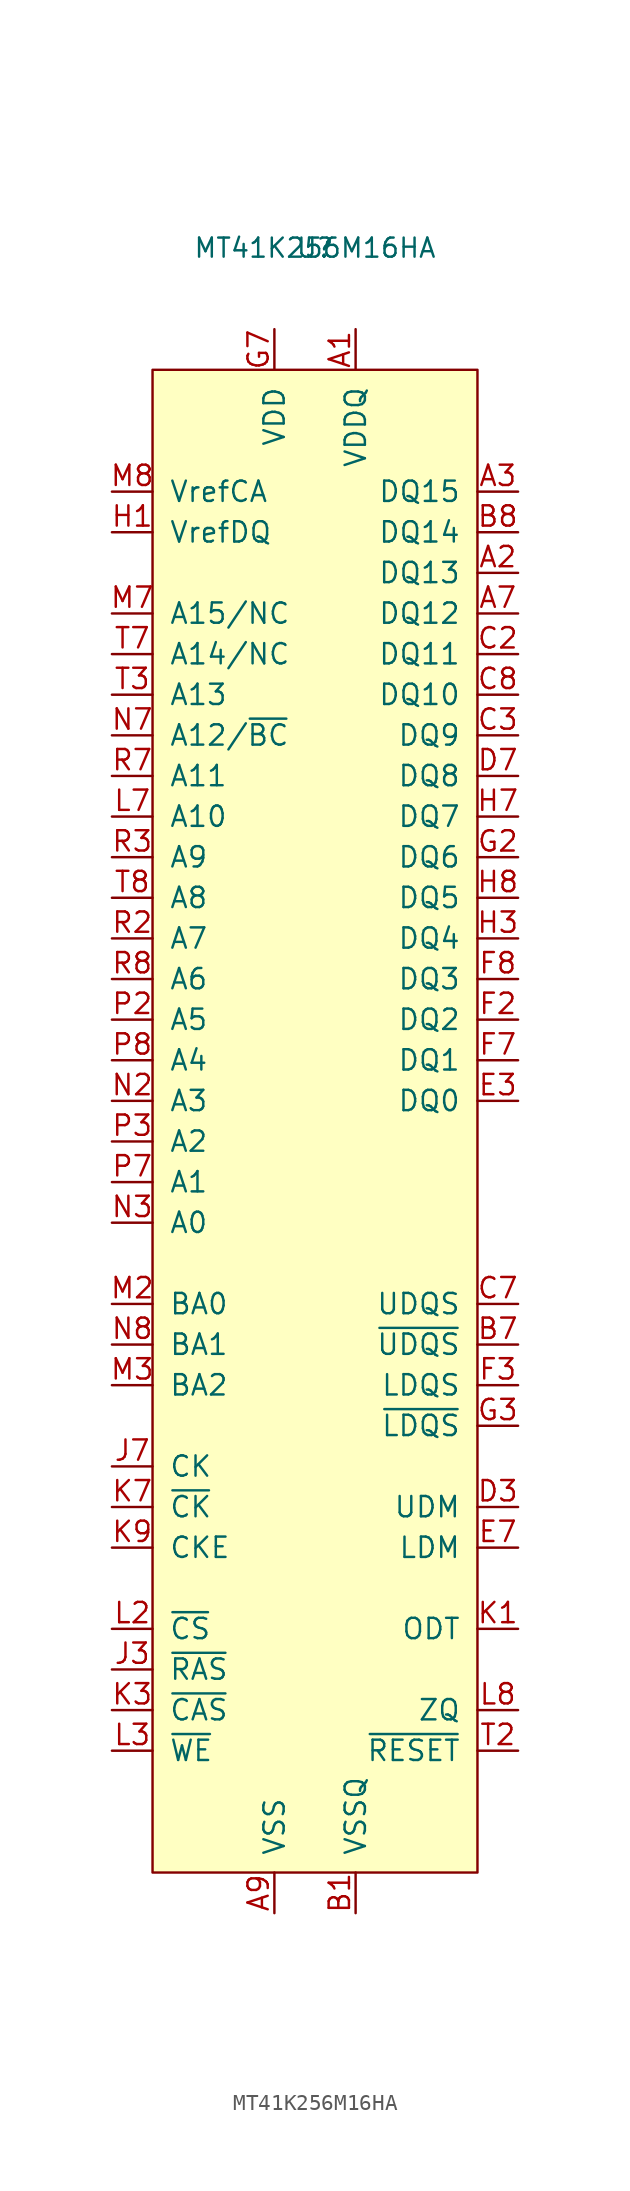
<source format=kicad_sym>
(kicad_symbol_lib
  (version 20201005)
  (generator kicad_symbol_editor)
  (symbol "symbols:MT41K256M16HA"
    (pin_names
      (offset 1.016))
    (property "Reference" "U"
      (at 0 5.08 0)
      (effects (font (size 1.194 1.194))))
    (property "Value" "MT41K256M16HA"
      (at 0 5.08 0)
      (effects (font (size 1.194 1.194))))
    (symbol "MT41K256M16HA_0_1"
      (rectangle (start -10.16 -2.54) (end 10.16 -96.52) (stroke (width 0)) (fill (type background))))
    (symbol "MT41K256M16HA_1_1"
      (pin power_in line (at 2.54 0 270) (length 2.54) (name "VDDQ" (effects (font (size 1.27 1.27)))) (number "A1" (effects (font (size 1.27 1.27)))))
      (pin bidirectional line (at 12.7 -15.24 180) (length 2.54) (name "DQ13" (effects (font (size 1.27 1.27)))) (number "A2" (effects (font (size 1.27 1.27)))))
      (pin bidirectional line (at 12.7 -10.16 180) (length 2.54) (name "DQ15" (effects (font (size 1.27 1.27)))) (number "A3" (effects (font (size 1.27 1.27)))))
      (pin bidirectional line (at 12.7 -17.78 180) (length 2.54) (name "DQ12" (effects (font (size 1.27 1.27)))) (number "A7" (effects (font (size 1.27 1.27)))))
      (pin power_in line (at 2.54 0 270) (length 2.54) hide (name "VDDQ" (effects (font (size 1.27 1.27)))) (number "A8" (effects (font (size 1.27 1.27)))))
      (pin power_in line (at -2.54 -99.06 90) (length 2.54) (name "VSS" (effects (font (size 1.27 1.27)))) (number "A9" (effects (font (size 1.27 1.27)))))
      (pin power_in line (at 2.54 -99.06 90) (length 2.54) (name "VSSQ" (effects (font (size 1.27 1.27)))) (number "B1" (effects (font (size 1.27 1.27)))))
      (pin power_in line (at -2.54 0 270) (length 2.54) hide (name "VDD" (effects (font (size 1.27 1.27)))) (number "B2" (effects (font (size 1.27 1.27)))))
      (pin power_in line (at -2.54 -99.06 90) (length 2.54) hide (name "VSS" (effects (font (size 1.27 1.27)))) (number "B3" (effects (font (size 1.27 1.27)))))
      (pin input line (at 12.7 -63.5 180) (length 2.54) (name "~UDQS" (effects (font (size 1.27 1.27)))) (number "B7" (effects (font (size 1.27 1.27)))))
      (pin bidirectional line (at 12.7 -12.7 180) (length 2.54) (name "DQ14" (effects (font (size 1.27 1.27)))) (number "B8" (effects (font (size 1.27 1.27)))))
      (pin power_in line (at 2.54 -99.06 90) (length 2.54) hide (name "VSSQ" (effects (font (size 1.27 1.27)))) (number "B9" (effects (font (size 1.27 1.27)))))
      (pin power_in line (at 2.54 0 270) (length 2.54) hide (name "VDDQ" (effects (font (size 1.27 1.27)))) (number "C1" (effects (font (size 1.27 1.27)))))
      (pin bidirectional line (at 12.7 -20.32 180) (length 2.54) (name "DQ11" (effects (font (size 1.27 1.27)))) (number "C2" (effects (font (size 1.27 1.27)))))
      (pin bidirectional line (at 12.7 -25.4 180) (length 2.54) (name "DQ9" (effects (font (size 1.27 1.27)))) (number "C3" (effects (font (size 1.27 1.27)))))
      (pin bidirectional line (at 12.7 -60.96 180) (length 2.54) (name "UDQS" (effects (font (size 1.27 1.27)))) (number "C7" (effects (font (size 1.27 1.27)))))
      (pin bidirectional line (at 12.7 -22.86 180) (length 2.54) (name "DQ10" (effects (font (size 1.27 1.27)))) (number "C8" (effects (font (size 1.27 1.27)))))
      (pin power_in line (at 2.54 0 270) (length 2.54) hide (name "VDDQ" (effects (font (size 1.27 1.27)))) (number "C9" (effects (font (size 1.27 1.27)))))
      (pin power_in line (at 2.54 -99.06 90) (length 2.54) hide (name "VSSQ" (effects (font (size 1.27 1.27)))) (number "D1" (effects (font (size 1.27 1.27)))))
      (pin power_in line (at 2.54 0 270) (length 2.54) hide (name "VDDQ" (effects (font (size 1.27 1.27)))) (number "D2" (effects (font (size 1.27 1.27)))))
      (pin input line (at 12.7 -73.66 180) (length 2.54) (name "UDM" (effects (font (size 1.27 1.27)))) (number "D3" (effects (font (size 1.27 1.27)))))
      (pin bidirectional line (at 12.7 -27.94 180) (length 2.54) (name "DQ8" (effects (font (size 1.27 1.27)))) (number "D7" (effects (font (size 1.27 1.27)))))
      (pin power_in line (at 2.54 -99.06 90) (length 2.54) hide (name "VSSQ" (effects (font (size 1.27 1.27)))) (number "D8" (effects (font (size 1.27 1.27)))))
      (pin power_in line (at -2.54 0 270) (length 2.54) hide (name "VDD" (effects (font (size 1.27 1.27)))) (number "D9" (effects (font (size 1.27 1.27)))))
      (pin power_in line (at -2.54 -99.06 90) (length 2.54) hide (name "VSS" (effects (font (size 1.27 1.27)))) (number "E1" (effects (font (size 1.27 1.27)))))
      (pin power_in line (at 2.54 -99.06 90) (length 2.54) hide (name "VSSQ" (effects (font (size 1.27 1.27)))) (number "E2" (effects (font (size 1.27 1.27)))))
      (pin bidirectional line (at 12.7 -48.26 180) (length 2.54) (name "DQ0" (effects (font (size 1.27 1.27)))) (number "E3" (effects (font (size 1.27 1.27)))))
      (pin input line (at 12.7 -76.2 180) (length 2.54) (name "LDM" (effects (font (size 1.27 1.27)))) (number "E7" (effects (font (size 1.27 1.27)))))
      (pin power_in line (at 2.54 -99.06 90) (length 2.54) hide (name "VSSQ" (effects (font (size 1.27 1.27)))) (number "E8" (effects (font (size 1.27 1.27)))))
      (pin power_in line (at 2.54 0 270) (length 2.54) hide (name "VDDQ" (effects (font (size 1.27 1.27)))) (number "E9" (effects (font (size 1.27 1.27)))))
      (pin power_in line (at 2.54 0 270) (length 2.54) hide (name "VDDQ" (effects (font (size 1.27 1.27)))) (number "F1" (effects (font (size 1.27 1.27)))))
      (pin bidirectional line (at 12.7 -43.18 180) (length 2.54) (name "DQ2" (effects (font (size 1.27 1.27)))) (number "F2" (effects (font (size 1.27 1.27)))))
      (pin input line (at 12.7 -66.04 180) (length 2.54) (name "LDQS" (effects (font (size 1.27 1.27)))) (number "F3" (effects (font (size 1.27 1.27)))))
      (pin bidirectional line (at 12.7 -45.72 180) (length 2.54) (name "DQ1" (effects (font (size 1.27 1.27)))) (number "F7" (effects (font (size 1.27 1.27)))))
      (pin bidirectional line (at 12.7 -40.64 180) (length 2.54) (name "DQ3" (effects (font (size 1.27 1.27)))) (number "F8" (effects (font (size 1.27 1.27)))))
      (pin power_in line (at 2.54 -99.06 90) (length 2.54) hide (name "VSSQ" (effects (font (size 1.27 1.27)))) (number "F9" (effects (font (size 1.27 1.27)))))
      (pin power_in line (at 2.54 -99.06 90) (length 2.54) hide (name "VSSQ" (effects (font (size 1.27 1.27)))) (number "G1" (effects (font (size 1.27 1.27)))))
      (pin bidirectional line (at 12.7 -33.02 180) (length 2.54) (name "DQ6" (effects (font (size 1.27 1.27)))) (number "G2" (effects (font (size 1.27 1.27)))))
      (pin input line (at 12.7 -68.58 180) (length 2.54) (name "~LDQS" (effects (font (size 1.27 1.27)))) (number "G3" (effects (font (size 1.27 1.27)))))
      (pin power_in line (at -2.54 0 270) (length 2.54) (name "VDD" (effects (font (size 1.27 1.27)))) (number "G7" (effects (font (size 1.27 1.27)))))
      (pin power_in line (at -2.54 -99.06 90) (length 2.54) hide (name "VSS" (effects (font (size 1.27 1.27)))) (number "G8" (effects (font (size 1.27 1.27)))))
      (pin power_in line (at 2.54 -99.06 90) (length 2.54) hide (name "VSSQ" (effects (font (size 1.27 1.27)))) (number "G9" (effects (font (size 1.27 1.27)))))
      (pin power_in line (at -12.7 -12.7 0) (length 2.54) (name "VrefDQ" (effects (font (size 1.27 1.27)))) (number "H1" (effects (font (size 1.27 1.27)))))
      (pin power_in line (at 2.54 0 270) (length 2.54) hide (name "VDDQ" (effects (font (size 1.27 1.27)))) (number "H2" (effects (font (size 1.27 1.27)))))
      (pin bidirectional line (at 12.7 -38.1 180) (length 2.54) (name "DQ4" (effects (font (size 1.27 1.27)))) (number "H3" (effects (font (size 1.27 1.27)))))
      (pin bidirectional line (at 12.7 -30.48 180) (length 2.54) (name "DQ7" (effects (font (size 1.27 1.27)))) (number "H7" (effects (font (size 1.27 1.27)))))
      (pin bidirectional line (at 12.7 -35.56 180) (length 2.54) (name "DQ5" (effects (font (size 1.27 1.27)))) (number "H8" (effects (font (size 1.27 1.27)))))
      (pin power_in line (at 2.54 0 270) (length 2.54) hide (name "VDDQ" (effects (font (size 1.27 1.27)))) (number "H9" (effects (font (size 1.27 1.27)))))
      (pin power_in line (at -2.54 -99.06 90) (length 2.54) hide (name "VSS" (effects (font (size 1.27 1.27)))) (number "J2" (effects (font (size 1.27 1.27)))))
      (pin input line (at -12.7 -83.82 0) (length 2.54) (name "~RAS" (effects (font (size 1.27 1.27)))) (number "J3" (effects (font (size 1.27 1.27)))))
      (pin input line (at -12.7 -71.12 0) (length 2.54) (name "CK" (effects (font (size 1.27 1.27)))) (number "J7" (effects (font (size 1.27 1.27)))))
      (pin power_in line (at -2.54 -99.06 90) (length 2.54) hide (name "VSS" (effects (font (size 1.27 1.27)))) (number "J8" (effects (font (size 1.27 1.27)))))
      (pin input line (at 12.7 -81.28 180) (length 2.54) (name "ODT" (effects (font (size 1.27 1.27)))) (number "K1" (effects (font (size 1.27 1.27)))))
      (pin power_in line (at -2.54 0 270) (length 2.54) hide (name "VDD" (effects (font (size 1.27 1.27)))) (number "K2" (effects (font (size 1.27 1.27)))))
      (pin input line (at -12.7 -86.36 0) (length 2.54) (name "~CAS" (effects (font (size 1.27 1.27)))) (number "K3" (effects (font (size 1.27 1.27)))))
      (pin input line (at -12.7 -73.66 0) (length 2.54) (name "~CK" (effects (font (size 1.27 1.27)))) (number "K7" (effects (font (size 1.27 1.27)))))
      (pin power_in line (at -2.54 0 270) (length 2.54) hide (name "VDD" (effects (font (size 1.27 1.27)))) (number "K8" (effects (font (size 1.27 1.27)))))
      (pin input line (at -12.7 -76.2 0) (length 2.54) (name "CKE" (effects (font (size 1.27 1.27)))) (number "K9" (effects (font (size 1.27 1.27)))))
      (pin input line (at -12.7 -81.28 0) (length 2.54) (name "~CS" (effects (font (size 1.27 1.27)))) (number "L2" (effects (font (size 1.27 1.27)))))
      (pin input line (at -12.7 -88.9 0) (length 2.54) (name "~WE" (effects (font (size 1.27 1.27)))) (number "L3" (effects (font (size 1.27 1.27)))))
      (pin input line (at -12.7 -30.48 0) (length 2.54) (name "A10" (effects (font (size 1.27 1.27)))) (number "L7" (effects (font (size 1.27 1.27)))))
      (pin input line (at 12.7 -86.36 180) (length 2.54) (name "ZQ" (effects (font (size 1.27 1.27)))) (number "L8" (effects (font (size 1.27 1.27)))))
      (pin power_in line (at -2.54 -99.06 90) (length 2.54) hide (name "VSS" (effects (font (size 1.27 1.27)))) (number "M1" (effects (font (size 1.27 1.27)))))
      (pin input line (at -12.7 -60.96 0) (length 2.54) (name "BA0" (effects (font (size 1.27 1.27)))) (number "M2" (effects (font (size 1.27 1.27)))))
      (pin input line (at -12.7 -66.04 0) (length 2.54) (name "BA2" (effects (font (size 1.27 1.27)))) (number "M3" (effects (font (size 1.27 1.27)))))
      (pin input line (at -12.7 -17.78 0) (length 2.54) (name "A15/NC" (effects (font (size 1.27 1.27)))) (number "M7" (effects (font (size 1.27 1.27)))))
      (pin power_in line (at -12.7 -10.16 0) (length 2.54) (name "VrefCA" (effects (font (size 1.27 1.27)))) (number "M8" (effects (font (size 1.27 1.27)))))
      (pin power_in line (at -2.54 -99.06 90) (length 2.54) hide (name "VSS" (effects (font (size 1.27 1.27)))) (number "M9" (effects (font (size 1.27 1.27)))))
      (pin power_in line (at -2.54 0 270) (length 2.54) hide (name "VDD" (effects (font (size 1.27 1.27)))) (number "N1" (effects (font (size 1.27 1.27)))))
      (pin input line (at -12.7 -48.26 0) (length 2.54) (name "A3" (effects (font (size 1.27 1.27)))) (number "N2" (effects (font (size 1.27 1.27)))))
      (pin input line (at -12.7 -55.88 0) (length 2.54) (name "A0" (effects (font (size 1.27 1.27)))) (number "N3" (effects (font (size 1.27 1.27)))))
      (pin input line (at -12.7 -25.4 0) (length 2.54) (name "A12/~BC" (effects (font (size 1.27 1.27)))) (number "N7" (effects (font (size 1.27 1.27)))))
      (pin input line (at -12.7 -63.5 0) (length 2.54) (name "BA1" (effects (font (size 1.27 1.27)))) (number "N8" (effects (font (size 1.27 1.27)))))
      (pin power_in line (at -2.54 0 270) (length 2.54) hide (name "VDD" (effects (font (size 1.27 1.27)))) (number "N9" (effects (font (size 1.27 1.27)))))
      (pin power_in line (at -2.54 -99.06 90) (length 2.54) hide (name "VSS" (effects (font (size 1.27 1.27)))) (number "P1" (effects (font (size 1.27 1.27)))))
      (pin input line (at -12.7 -43.18 0) (length 2.54) (name "A5" (effects (font (size 1.27 1.27)))) (number "P2" (effects (font (size 1.27 1.27)))))
      (pin input line (at -12.7 -50.8 0) (length 2.54) (name "A2" (effects (font (size 1.27 1.27)))) (number "P3" (effects (font (size 1.27 1.27)))))
      (pin input line (at -12.7 -53.34 0) (length 2.54) (name "A1" (effects (font (size 1.27 1.27)))) (number "P7" (effects (font (size 1.27 1.27)))))
      (pin input line (at -12.7 -45.72 0) (length 2.54) (name "A4" (effects (font (size 1.27 1.27)))) (number "P8" (effects (font (size 1.27 1.27)))))
      (pin power_in line (at -2.54 -99.06 90) (length 2.54) hide (name "VSS" (effects (font (size 1.27 1.27)))) (number "P9" (effects (font (size 1.27 1.27)))))
      (pin power_in line (at -2.54 0 270) (length 2.54) hide (name "VDD" (effects (font (size 1.27 1.27)))) (number "R1" (effects (font (size 1.27 1.27)))))
      (pin input line (at -12.7 -38.1 0) (length 2.54) (name "A7" (effects (font (size 1.27 1.27)))) (number "R2" (effects (font (size 1.27 1.27)))))
      (pin input line (at -12.7 -33.02 0) (length 2.54) (name "A9" (effects (font (size 1.27 1.27)))) (number "R3" (effects (font (size 1.27 1.27)))))
      (pin input line (at -12.7 -27.94 0) (length 2.54) (name "A11" (effects (font (size 1.27 1.27)))) (number "R7" (effects (font (size 1.27 1.27)))))
      (pin input line (at -12.7 -40.64 0) (length 2.54) (name "A6" (effects (font (size 1.27 1.27)))) (number "R8" (effects (font (size 1.27 1.27)))))
      (pin power_in line (at -2.54 0 270) (length 2.54) hide (name "VDD" (effects (font (size 1.27 1.27)))) (number "R9" (effects (font (size 1.27 1.27)))))
      (pin power_in line (at -2.54 -99.06 90) (length 2.54) hide (name "VSS" (effects (font (size 1.27 1.27)))) (number "T1" (effects (font (size 1.27 1.27)))))
      (pin input line (at 12.7 -88.9 180) (length 2.54) (name "~RESET" (effects (font (size 1.27 1.27)))) (number "T2" (effects (font (size 1.27 1.27)))))
      (pin input line (at -12.7 -22.86 0) (length 2.54) (name "A13" (effects (font (size 1.27 1.27)))) (number "T3" (effects (font (size 1.27 1.27)))))
      (pin input line (at -12.7 -20.32 0) (length 2.54) (name "A14/NC" (effects (font (size 1.27 1.27)))) (number "T7" (effects (font (size 1.27 1.27)))))
      (pin input line (at -12.7 -35.56 0) (length 2.54) (name "A8" (effects (font (size 1.27 1.27)))) (number "T8" (effects (font (size 1.27 1.27)))))
      (pin power_in line (at -2.54 -99.06 90) (length 2.54) hide (name "VSS" (effects (font (size 1.27 1.27)))) (number "T9" (effects (font (size 1.27 1.27))))))))
</source>
